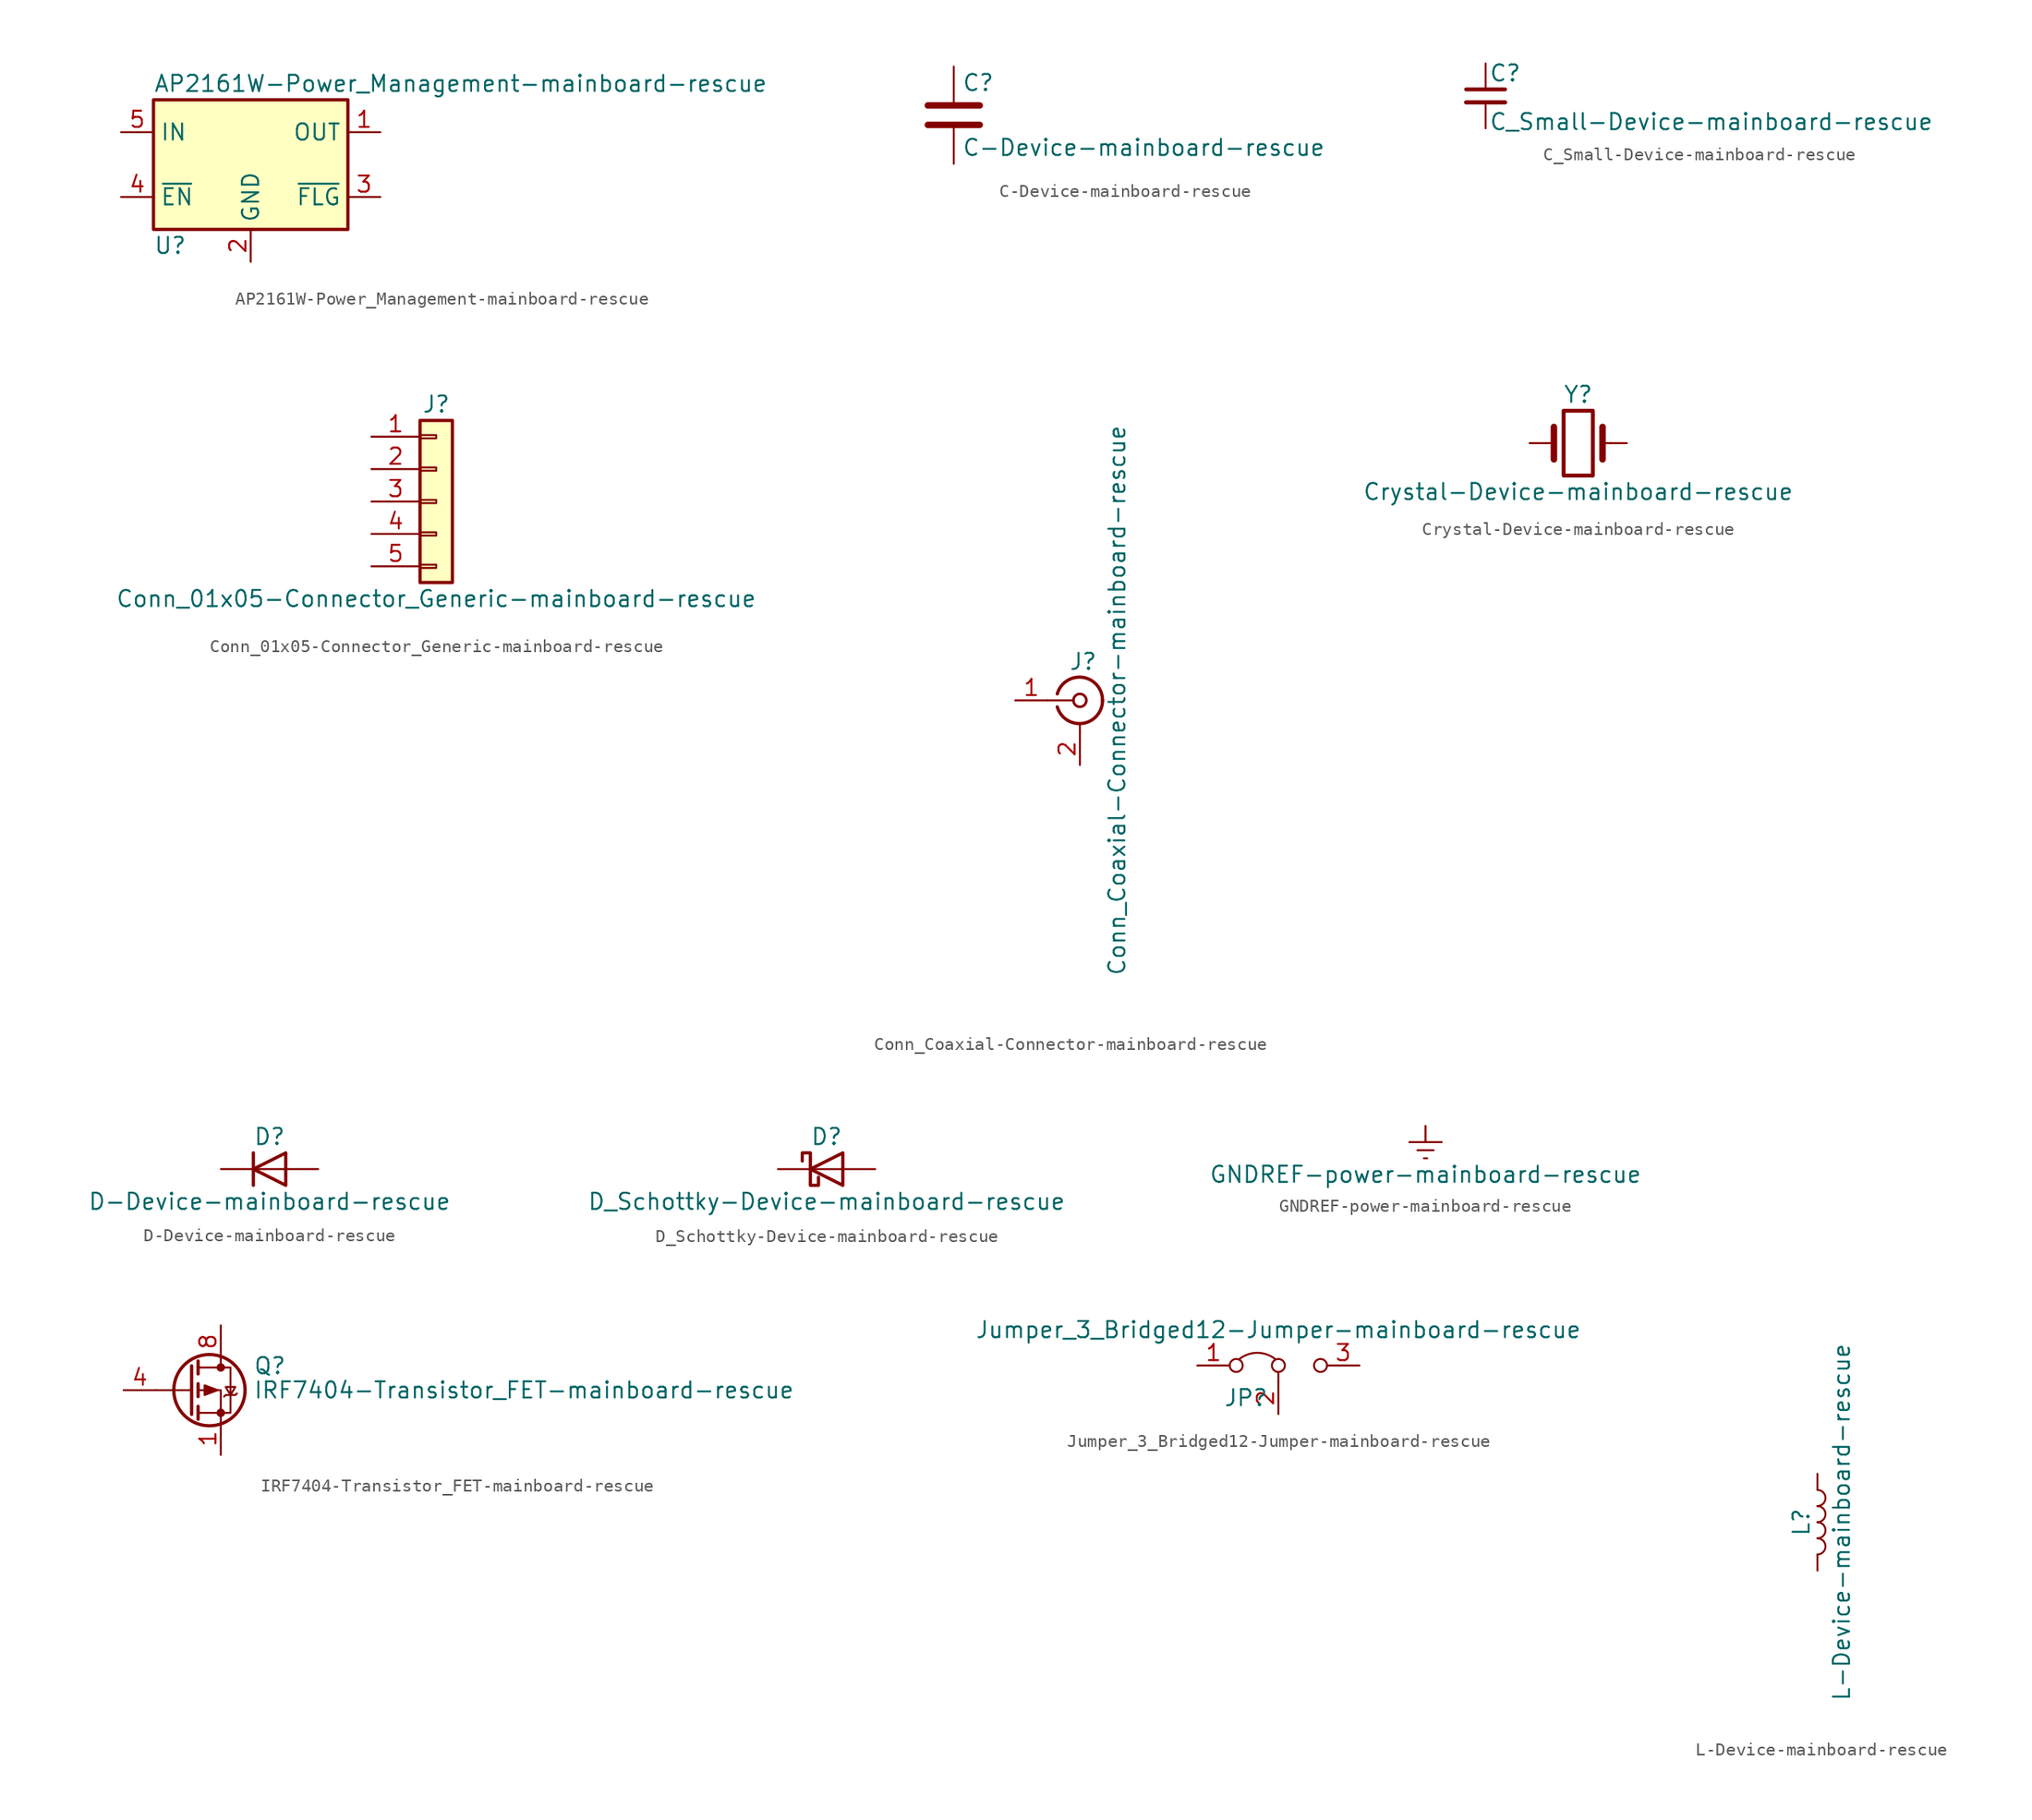
<source format=kicad_sym>
(kicad_symbol_lib
  (version 20211014)
  (generator kicad_symbol_editor)
  (symbol "AP2161W-Power_Management-mainboard-rescue"
    (property "Reference" "U"
      (at -7.62 -6.35 0)
      (effects (font (size 1.27 1.27)) (justify left)))
    (property "Value" "AP2161W-Power_Management-mainboard-rescue"
      (at -7.62 6.35 0)
      (effects (font (size 1.27 1.27)) (justify left)))
    (symbol "AP2161W-Power_Management-mainboard-rescue_0_1"
      (rectangle (start -7.62 5.08) (end 7.62 -5.08) (stroke (width 0.254) (type default) (color 0 0 0 0)) (fill (type background))))
    (symbol "AP2161W-Power_Management-mainboard-rescue_1_1"
      (pin power_out line (at 10.16 2.54 180) (length 2.54) (name "OUT" (effects (font (size 1.27 1.27)))) (number "1" (effects (font (size 1.27 1.27)))))
      (pin power_in line (at 0 -7.62 90) (length 2.54) (name "GND" (effects (font (size 1.27 1.27)))) (number "2" (effects (font (size 1.27 1.27)))))
      (pin open_collector line (at 10.16 -2.54 180) (length 2.54) (name "~{FLG}" (effects (font (size 1.27 1.27)))) (number "3" (effects (font (size 1.27 1.27)))))
      (pin input line (at -10.16 -2.54 0) (length 2.54) (name "~{EN}" (effects (font (size 1.27 1.27)))) (number "4" (effects (font (size 1.27 1.27)))))
      (pin power_in line (at -10.16 2.54 0) (length 2.54) (name "IN" (effects (font (size 1.27 1.27)))) (number "5" (effects (font (size 1.27 1.27)))))))
  (symbol "C-Device-mainboard-rescue"
    (pin_numbers hide)
    (pin_names
      (offset 0.254))
    (property "Reference" "C"
      (at 0.635 2.54 0)
      (effects (font (size 1.27 1.27)) (justify left)))
    (property "Value" "C-Device-mainboard-rescue"
      (at 0.635 -2.54 0)
      (effects (font (size 1.27 1.27)) (justify left)))
    (symbol "C-Device-mainboard-rescue_0_1"
      (polyline (pts (xy -2.032 -0.762) (xy 2.032 -0.762)) (stroke (width 0.508) (type default) (color 0 0 0 0)) (fill (type none)))
      (polyline (pts (xy -2.032 0.762) (xy 2.032 0.762)) (stroke (width 0.508) (type default) (color 0 0 0 0)) (fill (type none))))
    (symbol "C-Device-mainboard-rescue_1_1"
      (pin passive line (at 0 3.81 270) (length 2.794) (name "~" (effects (font (size 1.27 1.27)))) (number "1" (effects (font (size 1.27 1.27)))))
      (pin passive line (at 0 -3.81 90) (length 2.794) (name "~" (effects (font (size 1.27 1.27)))) (number "2" (effects (font (size 1.27 1.27)))))))
  (symbol "C_Small-Device-mainboard-rescue"
    (pin_numbers hide)
    (pin_names
      (offset 0.254) hide)
    (property "Reference" "C"
      (at 0.254 1.778 0)
      (effects (font (size 1.27 1.27)) (justify left)))
    (property "Value" "C_Small-Device-mainboard-rescue"
      (at 0.254 -2.032 0)
      (effects (font (size 1.27 1.27)) (justify left)))
    (symbol "C_Small-Device-mainboard-rescue_0_1"
      (polyline (pts (xy -1.524 -0.508) (xy 1.524 -0.508)) (stroke (width 0.33) (type default) (color 0 0 0 0)) (fill (type none)))
      (polyline (pts (xy -1.524 0.508) (xy 1.524 0.508)) (stroke (width 0.305) (type default) (color 0 0 0 0)) (fill (type none))))
    (symbol "C_Small-Device-mainboard-rescue_1_1"
      (pin passive line (at 0 2.54 270) (length 2.032) (name "~" (effects (font (size 1.27 1.27)))) (number "1" (effects (font (size 1.27 1.27)))))
      (pin passive line (at 0 -2.54 90) (length 2.032) (name "~" (effects (font (size 1.27 1.27)))) (number "2" (effects (font (size 1.27 1.27)))))))
  (symbol "Conn_01x05-Connector_Generic-mainboard-rescue"
    (pin_names
      (offset 1.016) hide)
    (property "Reference" "J"
      (at 0 7.62 0)
      (effects (font (size 1.27 1.27))))
    (property "Value" "Conn_01x05-Connector_Generic-mainboard-rescue"
      (at 0 -7.62 0)
      (effects (font (size 1.27 1.27))))
    (symbol "Conn_01x05-Connector_Generic-mainboard-rescue_1_1"
      (rectangle (start -1.27 -4.953) (end 0 -5.207) (stroke (width 0.152) (type default) (color 0 0 0 0)) (fill (type none)))
      (rectangle (start -1.27 -2.413) (end 0 -2.667) (stroke (width 0.152) (type default) (color 0 0 0 0)) (fill (type none)))
      (rectangle (start -1.27 0.127) (end 0 -0.127) (stroke (width 0.152) (type default) (color 0 0 0 0)) (fill (type none)))
      (rectangle (start -1.27 2.667) (end 0 2.413) (stroke (width 0.152) (type default) (color 0 0 0 0)) (fill (type none)))
      (rectangle (start -1.27 5.207) (end 0 4.953) (stroke (width 0.152) (type default) (color 0 0 0 0)) (fill (type none)))
      (rectangle (start -1.27 6.35) (end 1.27 -6.35) (stroke (width 0.254) (type default) (color 0 0 0 0)) (fill (type background)))
      (pin passive line (at -5.08 5.08 0) (length 3.81) (name "Pin_1" (effects (font (size 1.27 1.27)))) (number "1" (effects (font (size 1.27 1.27)))))
      (pin passive line (at -5.08 2.54 0) (length 3.81) (name "Pin_2" (effects (font (size 1.27 1.27)))) (number "2" (effects (font (size 1.27 1.27)))))
      (pin passive line (at -5.08 0 0) (length 3.81) (name "Pin_3" (effects (font (size 1.27 1.27)))) (number "3" (effects (font (size 1.27 1.27)))))
      (pin passive line (at -5.08 -2.54 0) (length 3.81) (name "Pin_4" (effects (font (size 1.27 1.27)))) (number "4" (effects (font (size 1.27 1.27)))))
      (pin passive line (at -5.08 -5.08 0) (length 3.81) (name "Pin_5" (effects (font (size 1.27 1.27)))) (number "5" (effects (font (size 1.27 1.27)))))))
  (symbol "Conn_Coaxial-Connector-mainboard-rescue"
    (pin_names
      (offset 1.016) hide)
    (property "Reference" "J"
      (at 0.254 3.048 0)
      (effects (font (size 1.27 1.27))))
    (property "Value" "Conn_Coaxial-Connector-mainboard-rescue"
      (at 2.921 0 90)
      (effects (font (size 1.27 1.27))))
    (symbol "Conn_Coaxial-Connector-mainboard-rescue_0_1"
      (arc (start -1.778 -0.508) (mid 0.2311 -1.8066) (end 1.778 0) (stroke (width 0.254) (type default) (color 0 0 0 0)) (fill (type none)))
      (polyline (pts (xy -2.54 0) (xy -0.508 0)) (stroke (width 0) (type default) (color 0 0 0 0)) (fill (type none)))
      (polyline (pts (xy 0 -2.54) (xy 0 -1.778)) (stroke (width 0) (type default) (color 0 0 0 0)) (fill (type none)))
      (circle (center 0 0) (radius 0.508) (stroke (width 0.203) (type default) (color 0 0 0 0)) (fill (type none)))
      (arc (start 1.778 0) (mid 0.2099 1.8101) (end -1.778 0.508) (stroke (width 0.254) (type default) (color 0 0 0 0)) (fill (type none))))
    (symbol "Conn_Coaxial-Connector-mainboard-rescue_1_1"
      (pin passive line (at -5.08 0 0) (length 2.54) (name "In" (effects (font (size 1.27 1.27)))) (number "1" (effects (font (size 1.27 1.27)))))
      (pin passive line (at 0 -5.08 90) (length 2.54) (name "Ext" (effects (font (size 1.27 1.27)))) (number "2" (effects (font (size 1.27 1.27)))))))
  (symbol "Crystal-Device-mainboard-rescue"
    (pin_numbers hide)
    (pin_names
      (offset 1.016) hide)
    (property "Reference" "Y"
      (at 0 3.81 0)
      (effects (font (size 1.27 1.27))))
    (property "Value" "Crystal-Device-mainboard-rescue"
      (at 0 -3.81 0)
      (effects (font (size 1.27 1.27))))
    (symbol "Crystal-Device-mainboard-rescue_0_1"
      (rectangle (start -1.143 2.54) (end 1.143 -2.54) (stroke (width 0.305) (type default) (color 0 0 0 0)) (fill (type none)))
      (polyline (pts (xy -2.54 0) (xy -1.905 0)) (stroke (width 0) (type default) (color 0 0 0 0)) (fill (type none)))
      (polyline (pts (xy -1.905 -1.27) (xy -1.905 1.27)) (stroke (width 0.508) (type default) (color 0 0 0 0)) (fill (type none)))
      (polyline (pts (xy 1.905 -1.27) (xy 1.905 1.27)) (stroke (width 0.508) (type default) (color 0 0 0 0)) (fill (type none)))
      (polyline (pts (xy 2.54 0) (xy 1.905 0)) (stroke (width 0) (type default) (color 0 0 0 0)) (fill (type none))))
    (symbol "Crystal-Device-mainboard-rescue_1_1"
      (pin passive line (at -3.81 0 0) (length 1.27) (name "1" (effects (font (size 1.27 1.27)))) (number "1" (effects (font (size 1.27 1.27)))))
      (pin passive line (at 3.81 0 180) (length 1.27) (name "2" (effects (font (size 1.27 1.27)))) (number "2" (effects (font (size 1.27 1.27)))))))
  (symbol "D-Device-mainboard-rescue"
    (pin_numbers hide)
    (pin_names
      (offset 1.016) hide)
    (property "Reference" "D"
      (at 0 2.54 0)
      (effects (font (size 1.27 1.27))))
    (property "Value" "D-Device-mainboard-rescue"
      (at 0 -2.54 0)
      (effects (font (size 1.27 1.27))))
    (symbol "D-Device-mainboard-rescue_0_1"
      (polyline (pts (xy -1.27 1.27) (xy -1.27 -1.27)) (stroke (width 0.254) (type default) (color 0 0 0 0)) (fill (type none)))
      (polyline (pts (xy 1.27 0) (xy -1.27 0)) (stroke (width 0) (type default) (color 0 0 0 0)) (fill (type none)))
      (polyline (pts (xy 1.27 1.27) (xy 1.27 -1.27) (xy -1.27 0) (xy 1.27 1.27)) (stroke (width 0.254) (type default) (color 0 0 0 0)) (fill (type none))))
    (symbol "D-Device-mainboard-rescue_1_1"
      (pin passive line (at -3.81 0 0) (length 2.54) (name "K" (effects (font (size 1.27 1.27)))) (number "1" (effects (font (size 1.27 1.27)))))
      (pin passive line (at 3.81 0 180) (length 2.54) (name "A" (effects (font (size 1.27 1.27)))) (number "2" (effects (font (size 1.27 1.27)))))))
  (symbol "D_Schottky-Device-mainboard-rescue"
    (pin_numbers hide)
    (pin_names
      (offset 1.016) hide)
    (property "Reference" "D"
      (at 0 2.54 0)
      (effects (font (size 1.27 1.27))))
    (property "Value" "D_Schottky-Device-mainboard-rescue"
      (at 0 -2.54 0)
      (effects (font (size 1.27 1.27))))
    (symbol "D_Schottky-Device-mainboard-rescue_0_1"
      (polyline (pts (xy 1.27 0) (xy -1.27 0)) (stroke (width 0) (type default) (color 0 0 0 0)) (fill (type none)))
      (polyline (pts (xy 1.27 1.27) (xy 1.27 -1.27) (xy -1.27 0) (xy 1.27 1.27)) (stroke (width 0.254) (type default) (color 0 0 0 0)) (fill (type none)))
      (polyline (pts (xy -1.905 0.635) (xy -1.905 1.27) (xy -1.27 1.27) (xy -1.27 -1.27) (xy -0.635 -1.27) (xy -0.635 -0.635)) (stroke (width 0.254) (type default) (color 0 0 0 0)) (fill (type none))))
    (symbol "D_Schottky-Device-mainboard-rescue_1_1"
      (pin passive line (at -3.81 0 0) (length 2.54) (name "K" (effects (font (size 1.27 1.27)))) (number "1" (effects (font (size 1.27 1.27)))))
      (pin passive line (at 3.81 0 180) (length 2.54) (name "A" (effects (font (size 1.27 1.27)))) (number "2" (effects (font (size 1.27 1.27)))))))
  (symbol "GNDREF-power-mainboard-rescue"
    (power)
    (pin_names
      (offset 0))
    (property "Reference" "#PWR"
      (at 0 -6.35 0)
      (effects (font (size 1.27 1.27)) hide))
    (property "Value" "GNDREF-power-mainboard-rescue"
      (at 0 -3.81 0)
      (effects (font (size 1.27 1.27))))
    (symbol "GNDREF-power-mainboard-rescue_0_1"
      (polyline (pts (xy -0.635 -1.905) (xy 0.635 -1.905)) (stroke (width 0) (type default) (color 0 0 0 0)) (fill (type none)))
      (polyline (pts (xy -0.127 -2.54) (xy 0.127 -2.54)) (stroke (width 0) (type default) (color 0 0 0 0)) (fill (type none)))
      (polyline (pts (xy 0 -1.27) (xy 0 0)) (stroke (width 0) (type default) (color 0 0 0 0)) (fill (type none)))
      (polyline (pts (xy 1.27 -1.27) (xy -1.27 -1.27)) (stroke (width 0) (type default) (color 0 0 0 0)) (fill (type none))))
    (symbol "GNDREF-power-mainboard-rescue_1_1"
      (pin power_in line (at 0 0 270) (length 0) hide (name "GNDREF" (effects (font (size 1.27 1.27)))) (number "1" (effects (font (size 1.27 1.27)))))))
  (symbol "IRF7404-Transistor_FET-mainboard-rescue"
    (pin_names hide)
    (property "Reference" "Q"
      (at 5.08 1.905 0)
      (effects (font (size 1.27 1.27)) (justify left)))
    (property "Value" "IRF7404-Transistor_FET-mainboard-rescue"
      (at 5.08 0 0)
      (effects (font (size 1.27 1.27)) (justify left)))
    (symbol "IRF7404-Transistor_FET-mainboard-rescue_0_1"
      (polyline (pts (xy 0.254 0) (xy -2.54 0)) (stroke (width 0) (type default) (color 0 0 0 0)) (fill (type none)))
      (polyline (pts (xy 0.254 1.905) (xy 0.254 -1.905)) (stroke (width 0.254) (type default) (color 0 0 0 0)) (fill (type none)))
      (polyline (pts (xy 0.762 -1.27) (xy 0.762 -2.286)) (stroke (width 0.254) (type default) (color 0 0 0 0)) (fill (type none)))
      (polyline (pts (xy 0.762 0.508) (xy 0.762 -0.508)) (stroke (width 0.254) (type default) (color 0 0 0 0)) (fill (type none)))
      (polyline (pts (xy 0.762 2.286) (xy 0.762 1.27)) (stroke (width 0.254) (type default) (color 0 0 0 0)) (fill (type none)))
      (polyline (pts (xy 2.54 2.54) (xy 2.54 1.778)) (stroke (width 0) (type default) (color 0 0 0 0)) (fill (type none)))
      (polyline (pts (xy 2.54 -2.54) (xy 2.54 0) (xy 0.762 0)) (stroke (width 0) (type default) (color 0 0 0 0)) (fill (type none)))
      (polyline (pts (xy 0.762 1.778) (xy 3.302 1.778) (xy 3.302 -1.778) (xy 0.762 -1.778)) (stroke (width 0) (type default) (color 0 0 0 0)) (fill (type none)))
      (polyline (pts (xy 2.286 0) (xy 1.27 0.381) (xy 1.27 -0.381) (xy 2.286 0)) (stroke (width 0) (type default) (color 0 0 0 0)) (fill (type outline)))
      (polyline (pts (xy 2.794 -0.508) (xy 2.921 -0.381) (xy 3.683 -0.381) (xy 3.81 -0.254)) (stroke (width 0) (type default) (color 0 0 0 0)) (fill (type none)))
      (polyline (pts (xy 3.302 -0.381) (xy 2.921 0.254) (xy 3.683 0.254) (xy 3.302 -0.381)) (stroke (width 0) (type default) (color 0 0 0 0)) (fill (type none)))
      (circle (center 1.651 0) (radius 2.794) (stroke (width 0.254) (type default) (color 0 0 0 0)) (fill (type none)))
      (circle (center 2.54 -1.778) (radius 0.254) (stroke (width 0) (type default) (color 0 0 0 0)) (fill (type outline)))
      (circle (center 2.54 1.778) (radius 0.254) (stroke (width 0) (type default) (color 0 0 0 0)) (fill (type outline))))
    (symbol "IRF7404-Transistor_FET-mainboard-rescue_1_1"
      (pin passive line (at 2.54 -5.08 90) (length 2.54) (name "S" (effects (font (size 1.27 1.27)))) (number "1" (effects (font (size 1.27 1.27)))))
      (pin passive line (at 2.54 -5.08 90) (length 2.54) hide (name "S" (effects (font (size 1.27 1.27)))) (number "2" (effects (font (size 1.27 1.27)))))
      (pin passive line (at 2.54 -5.08 90) (length 2.54) hide (name "S" (effects (font (size 1.27 1.27)))) (number "3" (effects (font (size 1.27 1.27)))))
      (pin passive line (at -5.08 0 0) (length 2.54) (name "G" (effects (font (size 1.27 1.27)))) (number "4" (effects (font (size 1.27 1.27)))))
      (pin passive line (at 2.54 5.08 270) (length 2.54) hide (name "D" (effects (font (size 1.27 1.27)))) (number "5" (effects (font (size 1.27 1.27)))))
      (pin passive line (at 2.54 5.08 270) (length 2.54) hide (name "D" (effects (font (size 1.27 1.27)))) (number "6" (effects (font (size 1.27 1.27)))))
      (pin passive line (at 2.54 5.08 270) (length 2.54) hide (name "D" (effects (font (size 1.27 1.27)))) (number "7" (effects (font (size 1.27 1.27)))))
      (pin passive line (at 2.54 5.08 270) (length 2.54) (name "D" (effects (font (size 1.27 1.27)))) (number "8" (effects (font (size 1.27 1.27)))))))
  (symbol "Jumper_3_Bridged12-Jumper-mainboard-rescue"
    (pin_names
      (offset 0) hide)
    (property "Reference" "JP"
      (at -2.54 -2.54 0)
      (effects (font (size 1.27 1.27))))
    (property "Value" "Jumper_3_Bridged12-Jumper-mainboard-rescue"
      (at 0 2.794 0)
      (effects (font (size 1.27 1.27))))
    (symbol "Jumper_3_Bridged12-Jumper-mainboard-rescue_0_0"
      (circle (center -3.302 0) (radius 0.508) (stroke (width 0) (type default) (color 0 0 0 0)) (fill (type none)))
      (circle (center 0 0) (radius 0.508) (stroke (width 0) (type default) (color 0 0 0 0)) (fill (type none)))
      (circle (center 3.302 0) (radius 0.508) (stroke (width 0) (type default) (color 0 0 0 0)) (fill (type none))))
    (symbol "Jumper_3_Bridged12-Jumper-mainboard-rescue_0_1"
      (arc (start -0.254 0.508) (mid -1.651 0.9912) (end -3.048 0.508) (stroke (width 0) (type default) (color 0 0 0 0)) (fill (type none)))
      (polyline (pts (xy 0 -1.27) (xy 0 -0.508)) (stroke (width 0) (type default) (color 0 0 0 0)) (fill (type none))))
    (symbol "Jumper_3_Bridged12-Jumper-mainboard-rescue_1_1"
      (pin passive line (at -6.35 0 0) (length 2.54) (name "A" (effects (font (size 1.27 1.27)))) (number "1" (effects (font (size 1.27 1.27)))))
      (pin input line (at 0 -3.81 90) (length 2.54) (name "C" (effects (font (size 1.27 1.27)))) (number "2" (effects (font (size 1.27 1.27)))))
      (pin passive line (at 6.35 0 180) (length 2.54) (name "B" (effects (font (size 1.27 1.27)))) (number "3" (effects (font (size 1.27 1.27)))))))
  (symbol "L-Device-mainboard-rescue"
    (pin_numbers hide)
    (pin_names
      (offset 1.016) hide)
    (property "Reference" "L"
      (at -1.27 0 90)
      (effects (font (size 1.27 1.27))))
    (property "Value" "L-Device-mainboard-rescue"
      (at 1.905 0 90)
      (effects (font (size 1.27 1.27))))
    (symbol "L-Device-mainboard-rescue_0_1"
      (arc (start 0 -2.54) (mid 0.635 -1.905) (end 0 -1.27) (stroke (width 0) (type default) (color 0 0 0 0)) (fill (type none)))
      (arc (start 0 -1.27) (mid 0.635 -0.635) (end 0 0) (stroke (width 0) (type default) (color 0 0 0 0)) (fill (type none)))
      (arc (start 0 0) (mid 0.635 0.635) (end 0 1.27) (stroke (width 0) (type default) (color 0 0 0 0)) (fill (type none)))
      (arc (start 0 1.27) (mid 0.635 1.905) (end 0 2.54) (stroke (width 0) (type default) (color 0 0 0 0)) (fill (type none))))
    (symbol "L-Device-mainboard-rescue_1_1"
      (pin passive line (at 0 3.81 270) (length 1.27) (name "1" (effects (font (size 1.27 1.27)))) (number "1" (effects (font (size 1.27 1.27)))))
      (pin passive line (at 0 -3.81 90) (length 1.27) (name "2" (effects (font (size 1.27 1.27)))) (number "2" (effects (font (size 1.27 1.27))))))))
</source>
